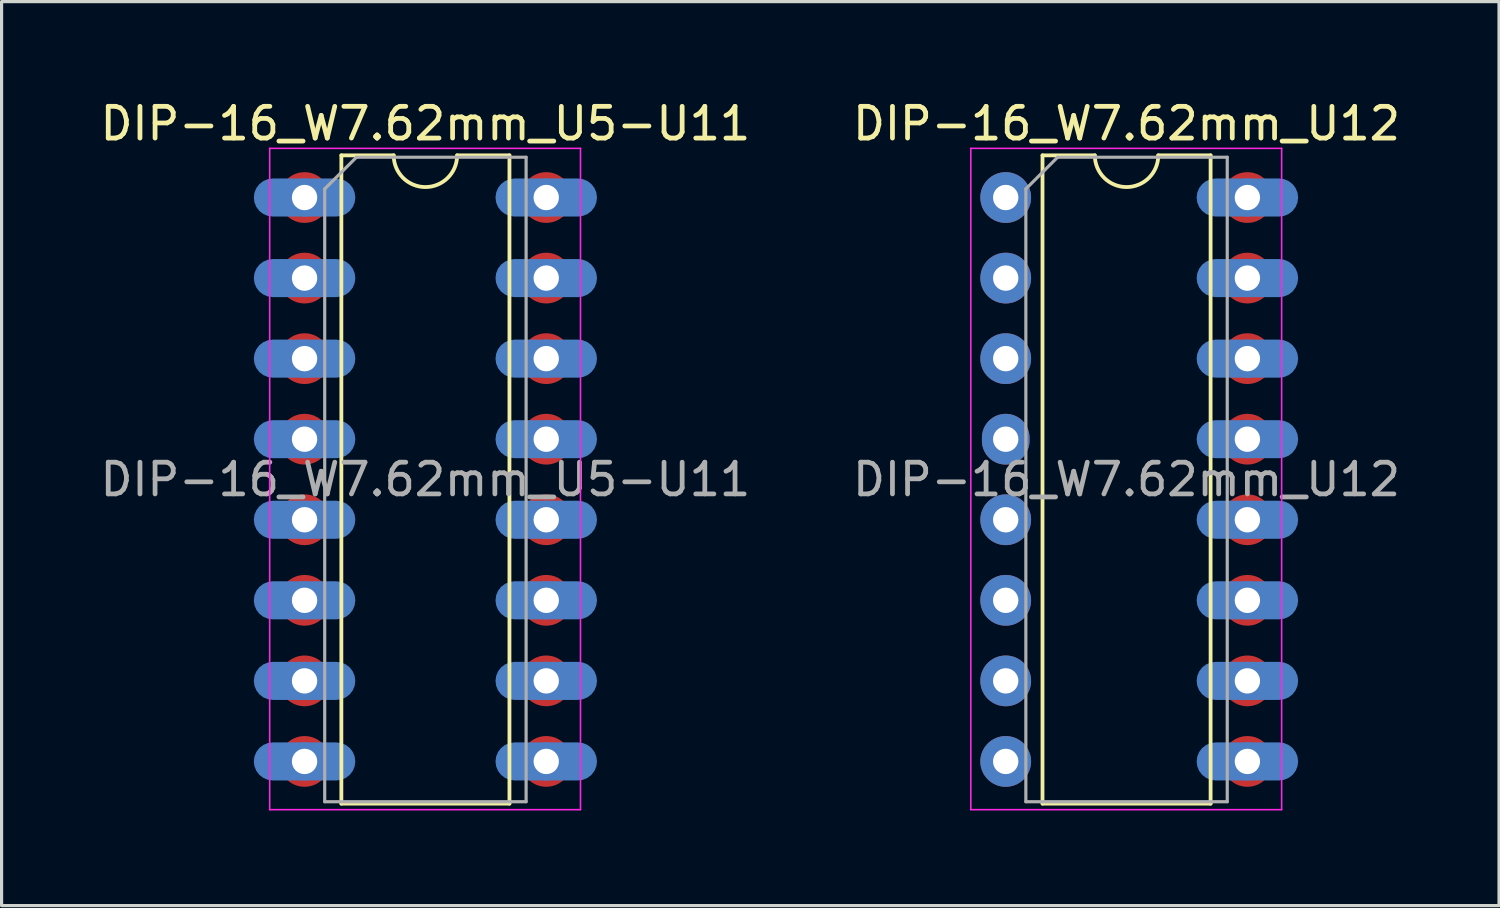
<source format=kicad_pcb>
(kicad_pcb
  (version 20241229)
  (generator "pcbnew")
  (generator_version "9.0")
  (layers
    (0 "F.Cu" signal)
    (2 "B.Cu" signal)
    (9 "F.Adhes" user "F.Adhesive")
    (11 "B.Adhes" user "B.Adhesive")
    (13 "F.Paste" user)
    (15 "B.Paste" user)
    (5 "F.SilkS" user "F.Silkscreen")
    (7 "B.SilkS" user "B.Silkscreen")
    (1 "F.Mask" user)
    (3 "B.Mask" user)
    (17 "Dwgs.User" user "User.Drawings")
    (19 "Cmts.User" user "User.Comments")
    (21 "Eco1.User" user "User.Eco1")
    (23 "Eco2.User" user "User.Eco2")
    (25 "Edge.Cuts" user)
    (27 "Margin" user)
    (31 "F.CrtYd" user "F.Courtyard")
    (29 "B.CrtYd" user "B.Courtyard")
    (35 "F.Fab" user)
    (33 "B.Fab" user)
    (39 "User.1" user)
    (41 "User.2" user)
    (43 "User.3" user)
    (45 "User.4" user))
  (footprint "DIP-16_W7.62mm_U12"
    (layer "F.Cu")
    (at 28.66 3.178)
    (property "Reference" "DIP-16_W7.62mm_U12" (at 3.81 -2.33 0) (layer "F.SilkS") (effects (font (size 1 1) (thickness 0.15))))
    (attr through_hole)
    (fp_rect (start 1.2 0) (end -1.2 17.78) (stroke (width 0) (type solid)) (fill yes) (layer "F.Mask"))
    (fp_rect (start 8.82 0) (end 6.42 17.78) (stroke (width 0) (type solid)) (fill yes) (layer "F.Mask"))
    (fp_circle (center 0 0) (end 1.2 0) (stroke (width 0) (type solid)) (fill yes) (layer "F.Mask"))
    (fp_circle (center 0 17.78) (end 1.2 17.78) (stroke (width 0) (type solid)) (fill yes) (layer "F.Mask"))
    (fp_circle (center 7.62 0) (end 8.82 0) (stroke (width 0) (type solid)) (fill yes) (layer "F.Mask"))
    (fp_circle (center 7.62 17.78) (end 8.82 17.78) (stroke (width 0) (type solid)) (fill yes) (layer "F.Mask"))
    (fp_rect (start -1.2 0) (end 1.2 17.78) (stroke (width 0) (type solid)) (fill yes) (layer "B.Mask"))
    (fp_rect (start 5.72 -0.7) (end 9.52 0.7) (stroke (width 0) (type solid)) (fill yes) (layer "B.Mask"))
    (fp_rect (start 5.72 1.84) (end 9.52 3.24) (stroke (width 0) (type solid)) (fill yes) (layer "B.Mask"))
    (fp_rect (start 5.72 4.38) (end 9.52 5.78) (stroke (width 0) (type solid)) (fill yes) (layer "B.Mask"))
    (fp_rect (start 5.72 6.92) (end 9.52 8.32) (stroke (width 0) (type solid)) (fill yes) (layer "B.Mask"))
    (fp_rect (start 5.72 9.46) (end 9.52 10.86) (stroke (width 0) (type solid)) (fill yes) (layer "B.Mask"))
    (fp_rect (start 5.72 12) (end 9.52 13.4) (stroke (width 0) (type solid)) (fill yes) (layer "B.Mask"))
    (fp_rect (start 5.72 14.54) (end 9.52 15.94) (stroke (width 0) (type solid)) (fill yes) (layer "B.Mask"))
    (fp_rect (start 5.72 17.08) (end 9.52 18.48) (stroke (width 0) (type solid)) (fill yes) (layer "B.Mask"))
    (fp_circle (center 0 0) (end 1.2 0) (stroke (width 0) (type solid)) (fill yes) (layer "B.Mask"))
    (fp_circle (center 0 17.78) (end 1.2 17.78) (stroke (width 0) (type solid)) (fill yes) (layer "B.Mask"))
    (fp_line (start 1.16 -1.33) (end 1.16 19.11) (stroke (width 0.12) (type solid)) (layer "F.SilkS"))
    (fp_line (start 1.16 19.11) (end 6.46 19.11) (stroke (width 0.12) (type solid)) (layer "F.SilkS"))
    (fp_line (start 2.81 -1.33) (end 1.16 -1.33) (stroke (width 0.12) (type solid)) (layer "F.SilkS"))
    (fp_line (start 6.46 -1.33) (end 4.81 -1.33) (stroke (width 0.12) (type solid)) (layer "F.SilkS"))
    (fp_line (start 6.46 19.11) (end 6.46 -1.33) (stroke (width 0.12) (type solid)) (layer "F.SilkS"))
    (fp_arc (start 4.81 -1.33) (mid 3.81 -0.33) (end 2.81 -1.33) (stroke (width 0.12) (type solid)) (layer "F.SilkS"))
    (fp_line (start -1.1 -1.55) (end -1.1 19.3) (stroke (width 0.05) (type solid)) (layer "F.CrtYd"))
    (fp_line (start -1.1 19.3) (end 8.7 19.3) (stroke (width 0.05) (type solid)) (layer "F.CrtYd"))
    (fp_line (start 8.7 -1.55) (end -1.1 -1.55) (stroke (width 0.05) (type solid)) (layer "F.CrtYd"))
    (fp_line (start 8.7 19.3) (end 8.7 -1.55) (stroke (width 0.05) (type solid)) (layer "F.CrtYd"))
    (fp_line (start 0.635 -0.27) (end 1.635 -1.27) (stroke (width 0.1) (type solid)) (layer "F.Fab"))
    (fp_line (start 0.635 19.05) (end 0.635 -0.27) (stroke (width 0.1) (type solid)) (layer "F.Fab"))
    (fp_line (start 1.635 -1.27) (end 6.985 -1.27) (stroke (width 0.1) (type solid)) (layer "F.Fab"))
    (fp_line (start 6.985 -1.27) (end 6.985 19.05) (stroke (width 0.1) (type solid)) (layer "F.Fab"))
    (fp_line (start 6.985 19.05) (end 0.635 19.05) (stroke (width 0.1) (type solid)) (layer "F.Fab"))
    (fp_text user "${REFERENCE}" (at 3.81 8.89 0) (layer "F.Fab") (effects (font (size 1 1) (thickness 0.15))))
    (pad "1" thru_hole oval (at 0 0) (size 1.6 1.6) (drill 0.8) (layers "*.Cu" "*.Mask"))
    (pad "2" thru_hole oval (at 0 2.54) (size 1.6 1.6) (drill 0.8) (layers "*.Cu" "*.Mask"))
    (pad "3" thru_hole oval (at 0 5.08) (size 1.6 1.6) (drill 0.8) (layers "*.Cu" "*.Mask"))
    (pad "4" thru_hole oval (at 0 7.62) (size 1.5 1.6) (drill 0.8) (layers "*.Cu" "*.Mask"))
    (pad "5" thru_hole oval (at 0 10.16) (size 1.6 1.6) (drill 0.8) (layers "*.Cu" "*.Mask"))
    (pad "6" thru_hole oval (at 0 12.7) (size 1.6 1.6) (drill 0.8) (layers "*.Cu" "*.Mask"))
    (pad "7" thru_hole oval (at 0 15.24) (size 1.6 1.6) (drill 0.8) (layers "*.Cu" "*.Mask"))
    (pad "8" thru_hole oval (at 0 17.78) (size 1.6 1.6) (drill 0.8) (layers "*.Cu" "*.Mask"))
    (pad "9" thru_hole oval (at 7.62 17.78) (size 1.2 1.2) (drill 0.8) (layers "*.Cu" "*.Mask"))
    (pad "9" smd circle (at 7.62 17.78) (size 1.6 1.6) (layers "F.Cu"))
    (pad "9" smd roundrect (at 7.62 17.78) (size 3.2 1.2) (layers "B.Cu") (roundrect_rratio 0.5))
    (pad "10" thru_hole oval (at 7.62 15.24) (size 1.2 1.2) (drill 0.8) (layers "*.Cu" "*.Mask"))
    (pad "10" smd circle (at 7.62 15.24) (size 1.6 1.6) (layers "F.Cu"))
    (pad "10" smd roundrect (at 7.62 15.24) (size 3.2 1.2) (layers "B.Cu") (roundrect_rratio 0.5))
    (pad "11" thru_hole oval (at 7.62 12.7) (size 1.2 1.2) (drill 0.8) (layers "*.Cu" "*.Mask"))
    (pad "11" smd circle (at 7.62 12.7) (size 1.6 1.6) (layers "F.Cu"))
    (pad "11" smd roundrect (at 7.62 12.7) (size 3.2 1.2) (layers "B.Cu") (roundrect_rratio 0.5))
    (pad "12" thru_hole oval (at 7.62 10.16) (size 1.2 1.2) (drill 0.8) (layers "*.Cu" "*.Mask"))
    (pad "12" smd circle (at 7.62 10.16) (size 1.6 1.6) (layers "F.Cu"))
    (pad "12" smd roundrect (at 7.62 10.16) (size 3.2 1.2) (layers "B.Cu") (roundrect_rratio 0.5))
    (pad "13" thru_hole oval (at 7.62 7.62) (size 1.2 1.2) (drill 0.8) (layers "*.Cu" "*.Mask"))
    (pad "13" smd circle (at 7.62 7.62) (size 1.6 1.6) (layers "F.Cu"))
    (pad "13" smd roundrect (at 7.62 7.62) (size 3.2 1.2) (layers "B.Cu") (roundrect_rratio 0.5))
    (pad "14" thru_hole oval (at 7.62 5.08) (size 1.2 1.2) (drill 0.8) (layers "*.Cu" "*.Mask"))
    (pad "14" smd circle (at 7.62 5.08) (size 1.6 1.6) (layers "F.Cu"))
    (pad "14" smd roundrect (at 7.62 5.08) (size 3.2 1.2) (layers "B.Cu") (roundrect_rratio 0.5))
    (pad "15" thru_hole oval (at 7.62 2.54) (size 1.2 1.2) (drill 0.8) (layers "*.Cu" "*.Mask"))
    (pad "15" smd circle (at 7.62 2.54) (size 1.6 1.6) (layers "F.Cu"))
    (pad "15" smd roundrect (at 7.62 2.54) (size 3.2 1.2) (layers "B.Cu") (roundrect_rratio 0.5))
    (pad "16" thru_hole oval (at 7.62 0) (size 1.2 1.2) (drill 0.8) (layers "*.Cu" "*.Mask"))
    (pad "16" smd circle (at 7.62 0) (size 1.6 1.6) (layers "F.Cu"))
    (pad "16" smd roundrect (at 7.62 0) (size 3.2 1.2) (layers "B.Cu") (roundrect_rratio 0.5)))
  (footprint "DIP-16_W7.62mm_U5-U11"
    (layer "F.Cu")
    (at 6.553 3.178)
    (property "Reference" "DIP-16_W7.62mm_U5-U11" (at 3.81 -2.33 0) (layer "F.SilkS") (effects (font (size 1 1) (thickness 0.15))))
    (attr through_hole)
    (fp_rect (start 1.2 0) (end -1.2 17.78) (stroke (width 0) (type solid)) (fill yes) (layer "F.Mask"))
    (fp_rect (start 8.82 0) (end 6.42 17.78) (stroke (width 0) (type solid)) (fill yes) (layer "F.Mask"))
    (fp_circle (center 0 0) (end 1.2 0) (stroke (width 0) (type solid)) (fill yes) (layer "F.Mask"))
    (fp_circle (center 0 17.78) (end 1.2 17.78) (stroke (width 0) (type solid)) (fill yes) (layer "F.Mask"))
    (fp_circle (center 7.62 0) (end 8.82 0) (stroke (width 0) (type solid)) (fill yes) (layer "F.Mask"))
    (fp_circle (center 7.62 17.78) (end 8.82 17.78) (stroke (width 0) (type solid)) (fill yes) (layer "F.Mask"))
    (fp_rect (start -1.9 -0.7) (end 1.9 0.7) (stroke (width 0) (type solid)) (fill yes) (layer "B.Mask"))
    (fp_rect (start -1.9 1.84) (end 1.9 3.24) (stroke (width 0) (type solid)) (fill yes) (layer "B.Mask"))
    (fp_rect (start -1.9 4.38) (end 1.9 5.78) (stroke (width 0) (type solid)) (fill yes) (layer "B.Mask"))
    (fp_rect (start -1.9 6.92) (end 1.9 8.32) (stroke (width 0) (type solid)) (fill yes) (layer "B.Mask"))
    (fp_rect (start -1.9 9.46) (end 1.9 10.86) (stroke (width 0) (type solid)) (fill yes) (layer "B.Mask"))
    (fp_rect (start -1.9 12) (end 1.9 13.4) (stroke (width 0) (type solid)) (fill yes) (layer "B.Mask"))
    (fp_rect (start -1.9 14.54) (end 1.9 15.94) (stroke (width 0) (type solid)) (fill yes) (layer "B.Mask"))
    (fp_rect (start -1.9 17.08) (end 1.9 18.48) (stroke (width 0) (type solid)) (fill yes) (layer "B.Mask"))
    (fp_rect (start 5.72 -0.7) (end 9.52 0.7) (stroke (width 0) (type solid)) (fill yes) (layer "B.Mask"))
    (fp_rect (start 5.72 1.84) (end 9.52 3.24) (stroke (width 0) (type solid)) (fill yes) (layer "B.Mask"))
    (fp_rect (start 5.72 4.38) (end 9.52 5.78) (stroke (width 0) (type solid)) (fill yes) (layer "B.Mask"))
    (fp_rect (start 5.72 6.92) (end 9.52 8.32) (stroke (width 0) (type solid)) (fill yes) (layer "B.Mask"))
    (fp_rect (start 5.72 9.46) (end 9.52 10.86) (stroke (width 0) (type solid)) (fill yes) (layer "B.Mask"))
    (fp_rect (start 5.72 12) (end 9.52 13.4) (stroke (width 0) (type solid)) (fill yes) (layer "B.Mask"))
    (fp_rect (start 5.72 14.54) (end 9.52 15.94) (stroke (width 0) (type solid)) (fill yes) (layer "B.Mask"))
    (fp_rect (start 5.72 17.08) (end 9.52 18.48) (stroke (width 0) (type solid)) (fill yes) (layer "B.Mask"))
    (fp_line (start 1.16 -1.33) (end 1.16 19.11) (stroke (width 0.12) (type solid)) (layer "F.SilkS"))
    (fp_line (start 1.16 19.11) (end 6.46 19.11) (stroke (width 0.12) (type solid)) (layer "F.SilkS"))
    (fp_line (start 2.81 -1.33) (end 1.16 -1.33) (stroke (width 0.12) (type solid)) (layer "F.SilkS"))
    (fp_line (start 6.46 -1.33) (end 4.81 -1.33) (stroke (width 0.12) (type solid)) (layer "F.SilkS"))
    (fp_line (start 6.46 19.11) (end 6.46 -1.33) (stroke (width 0.12) (type solid)) (layer "F.SilkS"))
    (fp_arc (start 4.81 -1.33) (mid 3.81 -0.33) (end 2.81 -1.33) (stroke (width 0.12) (type solid)) (layer "F.SilkS"))
    (fp_line (start -1.1 -1.55) (end -1.1 19.3) (stroke (width 0.05) (type solid)) (layer "F.CrtYd"))
    (fp_line (start -1.1 19.3) (end 8.7 19.3) (stroke (width 0.05) (type solid)) (layer "F.CrtYd"))
    (fp_line (start 8.7 -1.55) (end -1.1 -1.55) (stroke (width 0.05) (type solid)) (layer "F.CrtYd"))
    (fp_line (start 8.7 19.3) (end 8.7 -1.55) (stroke (width 0.05) (type solid)) (layer "F.CrtYd"))
    (fp_line (start 0.635 -0.27) (end 1.635 -1.27) (stroke (width 0.1) (type solid)) (layer "F.Fab"))
    (fp_line (start 0.635 19.05) (end 0.635 -0.27) (stroke (width 0.1) (type solid)) (layer "F.Fab"))
    (fp_line (start 1.635 -1.27) (end 6.985 -1.27) (stroke (width 0.1) (type solid)) (layer "F.Fab"))
    (fp_line (start 6.985 -1.27) (end 6.985 19.05) (stroke (width 0.1) (type solid)) (layer "F.Fab"))
    (fp_line (start 6.985 19.05) (end 0.635 19.05) (stroke (width 0.1) (type solid)) (layer "F.Fab"))
    (fp_text user "${REFERENCE}" (at 3.81 8.89 0) (layer "F.Fab") (effects (font (size 1 1) (thickness 0.15))))
    (pad "1" thru_hole oval (at 0 0) (size 1.2 1.2) (drill 0.8) (layers "*.Cu" "*.Mask"))
    (pad "1" smd circle (at 0 0) (size 1.6 1.6) (layers "F.Cu"))
    (pad "1" smd roundrect (at 0 0) (size 3.2 1.2) (layers "B.Cu") (roundrect_rratio 0.5))
    (pad "2" thru_hole oval (at 0 2.54) (size 1.2 1.2) (drill 0.8) (layers "*.Cu" "*.Mask"))
    (pad "2" smd circle (at 0 2.54) (size 1.6 1.6) (layers "F.Cu"))
    (pad "2" smd roundrect (at 0 2.54) (size 3.2 1.2) (layers "B.Cu") (roundrect_rratio 0.5))
    (pad "3" thru_hole oval (at 0 5.08) (size 1.2 1.2) (drill 0.8) (layers "*.Cu" "*.Mask"))
    (pad "3" smd circle (at 0 5.08) (size 1.6 1.6) (layers "F.Cu"))
    (pad "3" smd roundrect (at 0 5.08) (size 3.2 1.2) (layers "B.Cu") (roundrect_rratio 0.5))
    (pad "4" thru_hole oval (at 0 7.62) (size 1.2 1.2) (drill 0.8) (layers "*.Cu" "*.Mask"))
    (pad "4" smd circle (at 0 7.62) (size 1.6 1.6) (layers "F.Cu"))
    (pad "4" smd roundrect (at 0 7.62) (size 3.2 1.2) (layers "B.Cu") (roundrect_rratio 0.5))
    (pad "5" thru_hole oval (at 0 10.16) (size 1.2 1.2) (drill 0.8) (layers "*.Cu" "*.Mask"))
    (pad "5" smd circle (at 0 10.16) (size 1.6 1.6) (layers "F.Cu"))
    (pad "5" smd roundrect (at 0 10.16) (size 3.2 1.2) (layers "B.Cu") (roundrect_rratio 0.5))
    (pad "6" thru_hole oval (at 0 12.7) (size 1.2 1.2) (drill 0.8) (layers "*.Cu" "*.Mask"))
    (pad "6" smd circle (at 0 12.7) (size 1.6 1.6) (layers "F.Cu"))
    (pad "6" smd roundrect (at 0 12.7) (size 3.2 1.2) (layers "B.Cu") (roundrect_rratio 0.5))
    (pad "7" thru_hole oval (at 0 15.24) (size 1.2 1.2) (drill 0.8) (layers "*.Cu" "*.Mask"))
    (pad "7" smd circle (at 0 15.24) (size 1.6 1.6) (layers "F.Cu"))
    (pad "7" smd roundrect (at 0 15.24) (size 3.2 1.2) (layers "B.Cu") (roundrect_rratio 0.5))
    (pad "8" thru_hole oval (at 0 17.78) (size 1.2 1.2) (drill 0.8) (layers "*.Cu" "*.Mask"))
    (pad "8" smd circle (at 0 17.78) (size 1.6 1.6) (layers "F.Cu"))
    (pad "8" smd roundrect (at 0 17.78) (size 3.2 1.2) (layers "B.Cu") (roundrect_rratio 0.5))
    (pad "9" thru_hole oval (at 7.62 17.78) (size 1.2 1.2) (drill 0.8) (layers "*.Cu" "*.Mask"))
    (pad "9" smd circle (at 7.62 17.78) (size 1.6 1.6) (layers "F.Cu"))
    (pad "9" smd roundrect (at 7.62 17.78) (size 3.2 1.2) (layers "B.Cu") (roundrect_rratio 0.5))
    (pad "10" thru_hole oval (at 7.62 15.24) (size 1.2 1.2) (drill 0.8) (layers "*.Cu" "*.Mask"))
    (pad "10" smd circle (at 7.62 15.24) (size 1.6 1.6) (layers "F.Cu"))
    (pad "10" smd roundrect (at 7.62 15.24) (size 3.2 1.2) (layers "B.Cu") (roundrect_rratio 0.5))
    (pad "11" thru_hole oval (at 7.62 12.7) (size 1.2 1.2) (drill 0.8) (layers "*.Cu" "*.Mask"))
    (pad "11" smd circle (at 7.62 12.7) (size 1.6 1.6) (layers "F.Cu"))
    (pad "11" smd roundrect (at 7.62 12.7) (size 3.2 1.2) (layers "B.Cu") (roundrect_rratio 0.5))
    (pad "12" thru_hole oval (at 7.62 10.16) (size 1.2 1.2) (drill 0.8) (layers "*.Cu" "*.Mask"))
    (pad "12" smd circle (at 7.62 10.16) (size 1.6 1.6) (layers "F.Cu"))
    (pad "12" smd roundrect (at 7.62 10.16) (size 3.2 1.2) (layers "B.Cu") (roundrect_rratio 0.5))
    (pad "13" thru_hole oval (at 7.62 7.62) (size 1.2 1.2) (drill 0.8) (layers "*.Cu" "*.Mask"))
    (pad "13" smd circle (at 7.62 7.62) (size 1.6 1.6) (layers "F.Cu"))
    (pad "13" smd roundrect (at 7.62 7.62) (size 3.2 1.2) (layers "B.Cu") (roundrect_rratio 0.5))
    (pad "14" thru_hole oval (at 7.62 5.08) (size 1.2 1.2) (drill 0.8) (layers "*.Cu" "*.Mask"))
    (pad "14" smd circle (at 7.62 5.08) (size 1.6 1.6) (layers "F.Cu"))
    (pad "14" smd roundrect (at 7.62 5.08) (size 3.2 1.2) (layers "B.Cu") (roundrect_rratio 0.5))
    (pad "15" thru_hole oval (at 7.62 2.54) (size 1.2 1.2) (drill 0.8) (layers "*.Cu" "*.Mask"))
    (pad "15" smd circle (at 7.62 2.54) (size 1.6 1.6) (layers "F.Cu"))
    (pad "15" smd roundrect (at 7.62 2.54) (size 3.2 1.2) (layers "B.Cu") (roundrect_rratio 0.5))
    (pad "16" thru_hole oval (at 7.62 0) (size 1.2 1.2) (drill 0.8) (layers "*.Cu" "*.Mask"))
    (pad "16" smd circle (at 7.62 0) (size 1.6 1.6) (layers "F.Cu"))
    (pad "16" smd roundrect (at 7.62 0) (size 3.2 1.2) (layers "B.Cu") (roundrect_rratio 0.5)))
  (gr_rect
    (start -3 -3)
    (end 44.214 25.503)
    (stroke (width 0.1) (type default))
    (fill no)
    (layer "Edge.Cuts")))
</source>
